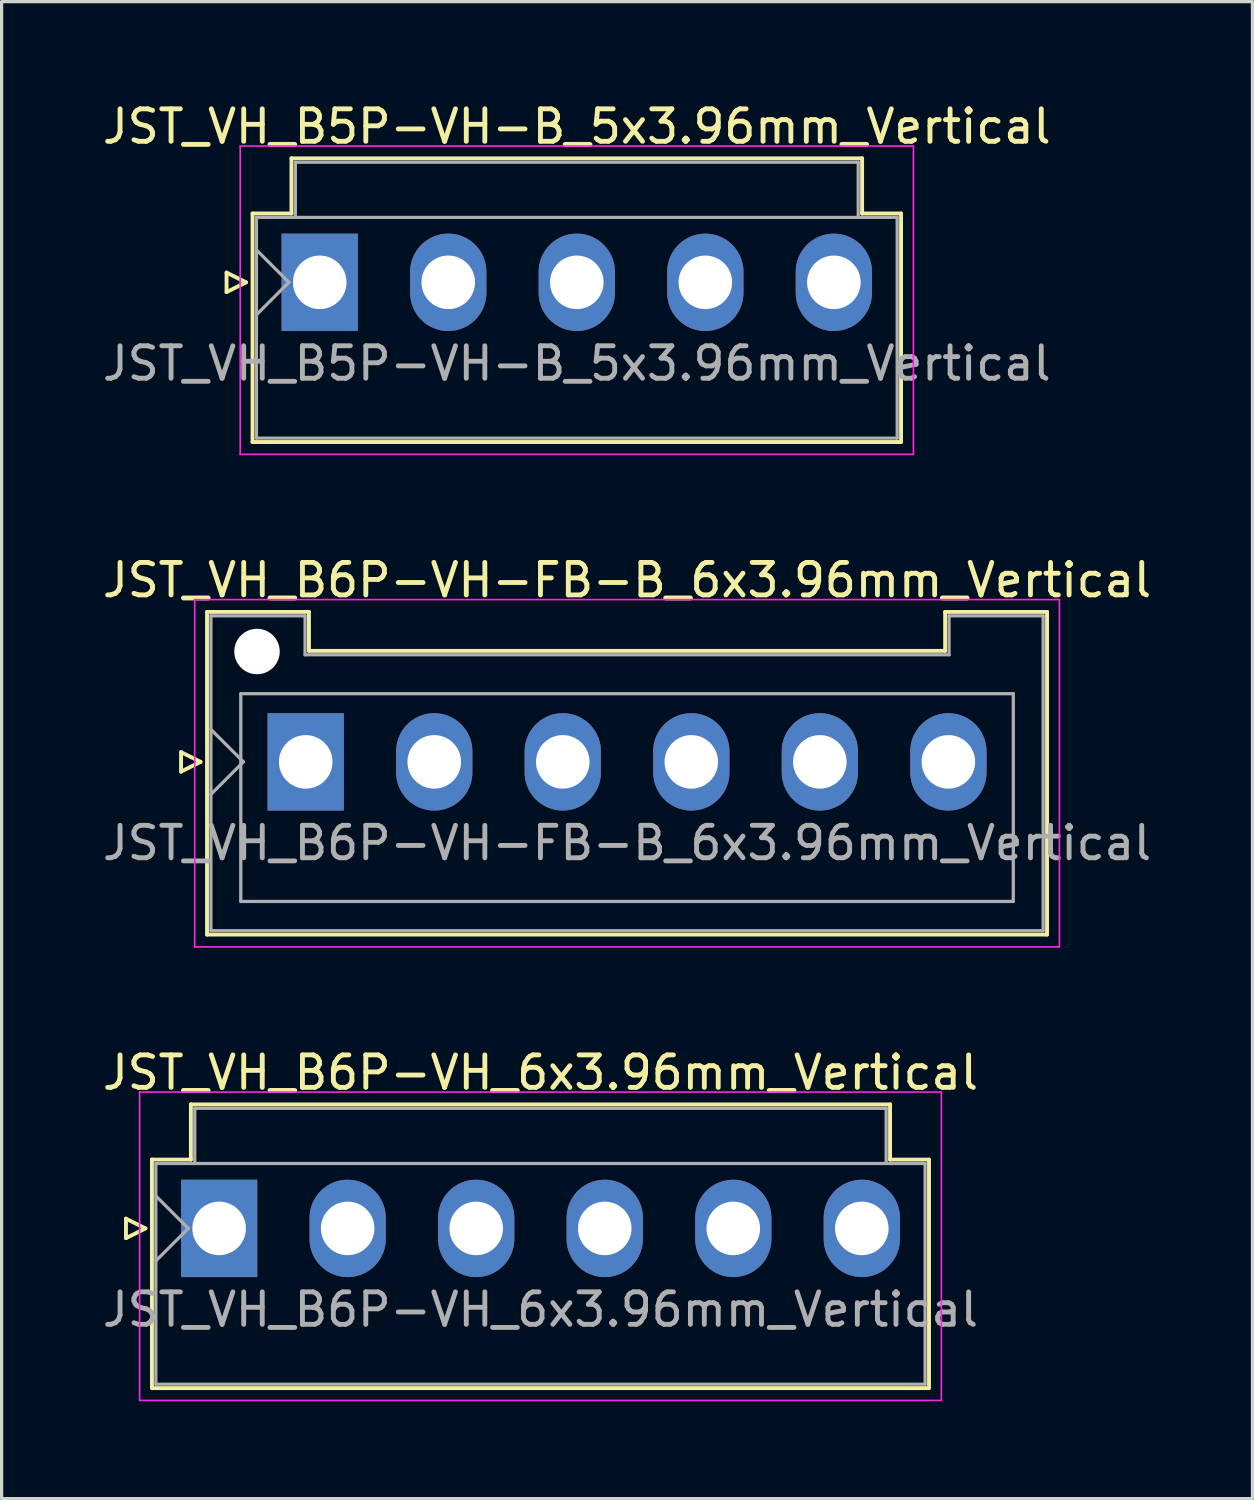
<source format=kicad_pcb>
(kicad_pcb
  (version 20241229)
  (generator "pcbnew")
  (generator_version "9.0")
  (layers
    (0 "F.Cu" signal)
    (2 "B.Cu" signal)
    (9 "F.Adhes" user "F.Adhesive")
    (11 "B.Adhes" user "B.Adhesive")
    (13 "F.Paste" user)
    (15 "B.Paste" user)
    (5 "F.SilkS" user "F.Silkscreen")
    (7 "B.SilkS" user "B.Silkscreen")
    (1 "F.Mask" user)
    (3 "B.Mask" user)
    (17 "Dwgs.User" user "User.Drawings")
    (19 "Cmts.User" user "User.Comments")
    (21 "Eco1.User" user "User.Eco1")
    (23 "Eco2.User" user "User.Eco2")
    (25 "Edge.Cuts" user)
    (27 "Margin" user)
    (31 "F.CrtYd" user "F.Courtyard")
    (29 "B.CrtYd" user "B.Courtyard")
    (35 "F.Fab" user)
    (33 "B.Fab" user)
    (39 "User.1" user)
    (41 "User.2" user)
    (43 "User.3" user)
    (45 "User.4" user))
  (footprint "JST_VH_B5P-VH-B_5x3.96mm_Vertical"
    (layer "F.Cu")
    (at 6.8 5.648)
    (property "Reference" "JST_VH_B5P-VH-B_5x3.96mm_Vertical" (at 7.92 -4.8 0) (layer "F.SilkS") (effects (font (size 1 1) (thickness 0.15))))
    (attr through_hole)
    (fp_line (start -2.87 -0.3) (end -2.27 0) (stroke (width 0.12) (type solid)) (layer "F.SilkS"))
    (fp_line (start -2.87 0.3) (end -2.87 -0.3) (stroke (width 0.12) (type solid)) (layer "F.SilkS"))
    (fp_line (start -2.27 0) (end -2.87 0.3) (stroke (width 0.12) (type solid)) (layer "F.SilkS"))
    (fp_line (start -2.07 -2.12) (end -0.87 -2.12) (stroke (width 0.12) (type solid)) (layer "F.SilkS"))
    (fp_line (start -2.07 4.92) (end -2.07 -2.12) (stroke (width 0.12) (type solid)) (layer "F.SilkS"))
    (fp_line (start -0.87 -3.82) (end 16.71 -3.82) (stroke (width 0.12) (type solid)) (layer "F.SilkS"))
    (fp_line (start -0.87 -2.12) (end -0.87 -3.82) (stroke (width 0.12) (type solid)) (layer "F.SilkS"))
    (fp_line (start 16.71 -3.82) (end 16.71 -2.12) (stroke (width 0.12) (type solid)) (layer "F.SilkS"))
    (fp_line (start 16.71 -2.12) (end 17.91 -2.12) (stroke (width 0.12) (type solid)) (layer "F.SilkS"))
    (fp_line (start 17.91 -2.12) (end 17.91 4.92) (stroke (width 0.12) (type solid)) (layer "F.SilkS"))
    (fp_line (start 17.91 4.92) (end -2.07 4.92) (stroke (width 0.12) (type solid)) (layer "F.SilkS"))
    (fp_line (start -2.45 -4.2) (end -2.45 5.3) (stroke (width 0.05) (type solid)) (layer "F.CrtYd"))
    (fp_line (start -2.45 5.3) (end 18.29 5.3) (stroke (width 0.05) (type solid)) (layer "F.CrtYd"))
    (fp_line (start 18.29 -4.2) (end -2.45 -4.2) (stroke (width 0.05) (type solid)) (layer "F.CrtYd"))
    (fp_line (start 18.29 5.3) (end 18.29 -4.2) (stroke (width 0.05) (type solid)) (layer "F.CrtYd"))
    (fp_line (start -1.95 -2) (end -1.95 4.8) (stroke (width 0.1) (type solid)) (layer "F.Fab"))
    (fp_line (start -1.95 -1) (end -0.95 0) (stroke (width 0.1) (type solid)) (layer "F.Fab"))
    (fp_line (start -1.95 1) (end -0.95 0) (stroke (width 0.1) (type solid)) (layer "F.Fab"))
    (fp_line (start -1.95 4.8) (end 17.79 4.8) (stroke (width 0.1) (type solid)) (layer "F.Fab"))
    (fp_line (start -0.75 -3.7) (end 16.59 -3.7) (stroke (width 0.1) (type solid)) (layer "F.Fab"))
    (fp_line (start -0.75 -2) (end -0.75 -3.7) (stroke (width 0.1) (type solid)) (layer "F.Fab"))
    (fp_line (start 16.59 -3.7) (end 16.59 -2) (stroke (width 0.1) (type solid)) (layer "F.Fab"))
    (fp_line (start 17.79 -2) (end -1.95 -2) (stroke (width 0.1) (type solid)) (layer "F.Fab"))
    (fp_line (start 17.79 4.8) (end 17.79 -2) (stroke (width 0.1) (type solid)) (layer "F.Fab"))
    (fp_text user "${REFERENCE}" (at 7.92 2.5 0) (layer "F.Fab") (effects (font (size 1 1) (thickness 0.15))))
    (pad "1" thru_hole rect (at 0 0) (size 2.35 3) (drill 1.65) (layers "*.Cu" "*.Mask"))
    (pad "2" thru_hole oval (at 3.96 0) (size 2.35 3) (drill 1.65) (layers "*.Cu" "*.Mask"))
    (pad "3" thru_hole oval (at 7.92 0) (size 2.35 3) (drill 1.65) (layers "*.Cu" "*.Mask"))
    (pad "4" thru_hole oval (at 11.88 0) (size 2.35 3) (drill 1.65) (layers "*.Cu" "*.Mask"))
    (pad "5" thru_hole oval (at 15.84 0) (size 2.35 3) (drill 1.65) (layers "*.Cu" "*.Mask")))
  (footprint "JST_VH_B6P-VH-FB-B_6x3.96mm_Vertical"
    (layer "F.Cu")
    (at 6.368 20.422)
    (property "Reference" "JST_VH_B6P-VH-FB-B_6x3.96mm_Vertical" (at 9.9 -5.6 0) (layer "F.SilkS") (effects (font (size 1 1) (thickness 0.15))))
    (attr through_hole)
    (fp_line (start -3.84 -0.3) (end -3.24 0) (stroke (width 0.12) (type solid)) (layer "F.SilkS"))
    (fp_line (start -3.84 0.3) (end -3.84 -0.3) (stroke (width 0.12) (type solid)) (layer "F.SilkS"))
    (fp_line (start -3.24 0) (end -3.84 0.3) (stroke (width 0.12) (type solid)) (layer "F.SilkS"))
    (fp_line (start -3.04 -4.62) (end 0.1 -4.62) (stroke (width 0.12) (type solid)) (layer "F.SilkS"))
    (fp_line (start -3.04 5.32) (end -3.04 -4.62) (stroke (width 0.12) (type solid)) (layer "F.SilkS"))
    (fp_line (start 0.1 -4.62) (end 0.1 -3.42) (stroke (width 0.12) (type solid)) (layer "F.SilkS"))
    (fp_line (start 0.1 -3.42) (end 19.7 -3.42) (stroke (width 0.12) (type solid)) (layer "F.SilkS"))
    (fp_line (start 19.7 -4.62) (end 22.84 -4.62) (stroke (width 0.12) (type solid)) (layer "F.SilkS"))
    (fp_line (start 19.7 -3.42) (end 19.7 -4.62) (stroke (width 0.12) (type solid)) (layer "F.SilkS"))
    (fp_line (start 22.84 -4.62) (end 22.84 5.32) (stroke (width 0.12) (type solid)) (layer "F.SilkS"))
    (fp_line (start 22.84 5.32) (end -3.04 5.32) (stroke (width 0.12) (type solid)) (layer "F.SilkS"))
    (fp_line (start -3.42 -5) (end -3.42 5.7) (stroke (width 0.05) (type solid)) (layer "F.CrtYd"))
    (fp_line (start -3.42 5.7) (end 23.22 5.7) (stroke (width 0.05) (type solid)) (layer "F.CrtYd"))
    (fp_line (start 23.22 -5) (end -3.42 -5) (stroke (width 0.05) (type solid)) (layer "F.CrtYd"))
    (fp_line (start 23.22 5.7) (end 23.22 -5) (stroke (width 0.05) (type solid)) (layer "F.CrtYd"))
    (fp_line (start -2.92 -4.5) (end -0.02 -4.5) (stroke (width 0.1) (type solid)) (layer "F.Fab"))
    (fp_line (start -2.92 -1) (end -1.92 0) (stroke (width 0.1) (type solid)) (layer "F.Fab"))
    (fp_line (start -2.92 1) (end -1.92 0) (stroke (width 0.1) (type solid)) (layer "F.Fab"))
    (fp_line (start -2.92 5.2) (end -2.92 -4.5) (stroke (width 0.1) (type solid)) (layer "F.Fab"))
    (fp_line (start -2 -2.1) (end 21.8 -2.1) (stroke (width 0.1) (type solid)) (layer "F.Fab"))
    (fp_line (start -2 4.3) (end -2 -2.1) (stroke (width 0.1) (type solid)) (layer "F.Fab"))
    (fp_line (start -0.02 -4.5) (end -0.02 -3.3) (stroke (width 0.1) (type solid)) (layer "F.Fab"))
    (fp_line (start -0.02 -3.3) (end 19.82 -3.3) (stroke (width 0.1) (type solid)) (layer "F.Fab"))
    (fp_line (start 19.82 -4.5) (end 22.72 -4.5) (stroke (width 0.1) (type solid)) (layer "F.Fab"))
    (fp_line (start 19.82 -3.3) (end 19.82 -4.5) (stroke (width 0.1) (type solid)) (layer "F.Fab"))
    (fp_line (start 21.8 -2.1) (end 21.8 4.3) (stroke (width 0.1) (type solid)) (layer "F.Fab"))
    (fp_line (start 21.8 4.3) (end -2 4.3) (stroke (width 0.1) (type solid)) (layer "F.Fab"))
    (fp_line (start 22.72 -4.5) (end 22.72 5.2) (stroke (width 0.1) (type solid)) (layer "F.Fab"))
    (fp_line (start 22.72 5.2) (end -2.92 5.2) (stroke (width 0.1) (type solid)) (layer "F.Fab"))
    (fp_text user "${REFERENCE}" (at 9.9 2.5 0) (layer "F.Fab") (effects (font (size 1 1) (thickness 0.15))))
    (pad "" np_thru_hole circle (at -1.5 -3.4) (size 1.4 1.4) (drill 1.4) (layers "*.Cu" "*.Mask"))
    (pad "1" thru_hole rect (at 0 0) (size 2.35 3) (drill 1.65) (layers "*.Cu" "*.Mask"))
    (pad "2" thru_hole oval (at 3.96 0) (size 2.35 3) (drill 1.65) (layers "*.Cu" "*.Mask"))
    (pad "3" thru_hole oval (at 7.92 0) (size 2.35 3) (drill 1.65) (layers "*.Cu" "*.Mask"))
    (pad "4" thru_hole oval (at 11.88 0) (size 2.35 3) (drill 1.65) (layers "*.Cu" "*.Mask"))
    (pad "5" thru_hole oval (at 15.84 0) (size 2.35 3) (drill 1.65) (layers "*.Cu" "*.Mask"))
    (pad "6" thru_hole oval (at 19.8 0) (size 2.35 3) (drill 1.65) (layers "*.Cu" "*.Mask")))
  (footprint "JST_VH_B6P-VH_6x3.96mm_Vertical"
    (layer "F.Cu")
    (at 3.701 34.795)
    (property "Reference" "JST_VH_B6P-VH_6x3.96mm_Vertical" (at 9.9 -4.8 0) (layer "F.SilkS") (effects (font (size 1 1) (thickness 0.15))))
    (attr through_hole)
    (fp_line (start -2.87 -0.3) (end -2.27 0) (stroke (width 0.12) (type solid)) (layer "F.SilkS"))
    (fp_line (start -2.87 0.3) (end -2.87 -0.3) (stroke (width 0.12) (type solid)) (layer "F.SilkS"))
    (fp_line (start -2.27 0) (end -2.87 0.3) (stroke (width 0.12) (type solid)) (layer "F.SilkS"))
    (fp_line (start -2.07 -2.12) (end -0.87 -2.12) (stroke (width 0.12) (type solid)) (layer "F.SilkS"))
    (fp_line (start -2.07 4.92) (end -2.07 -2.12) (stroke (width 0.12) (type solid)) (layer "F.SilkS"))
    (fp_line (start -0.87 -3.82) (end 20.67 -3.82) (stroke (width 0.12) (type solid)) (layer "F.SilkS"))
    (fp_line (start -0.87 -2.12) (end -0.87 -3.82) (stroke (width 0.12) (type solid)) (layer "F.SilkS"))
    (fp_line (start 20.67 -3.82) (end 20.67 -2.12) (stroke (width 0.12) (type solid)) (layer "F.SilkS"))
    (fp_line (start 20.67 -2.12) (end 21.87 -2.12) (stroke (width 0.12) (type solid)) (layer "F.SilkS"))
    (fp_line (start 21.87 -2.12) (end 21.87 4.92) (stroke (width 0.12) (type solid)) (layer "F.SilkS"))
    (fp_line (start 21.87 4.92) (end -2.07 4.92) (stroke (width 0.12) (type solid)) (layer "F.SilkS"))
    (fp_line (start -2.45 -4.2) (end -2.45 5.3) (stroke (width 0.05) (type solid)) (layer "F.CrtYd"))
    (fp_line (start -2.45 5.3) (end 22.25 5.3) (stroke (width 0.05) (type solid)) (layer "F.CrtYd"))
    (fp_line (start 22.25 -4.2) (end -2.45 -4.2) (stroke (width 0.05) (type solid)) (layer "F.CrtYd"))
    (fp_line (start 22.25 5.3) (end 22.25 -4.2) (stroke (width 0.05) (type solid)) (layer "F.CrtYd"))
    (fp_line (start -1.95 -2) (end -1.95 4.8) (stroke (width 0.1) (type solid)) (layer "F.Fab"))
    (fp_line (start -1.95 -1) (end -0.95 0) (stroke (width 0.1) (type solid)) (layer "F.Fab"))
    (fp_line (start -1.95 1) (end -0.95 0) (stroke (width 0.1) (type solid)) (layer "F.Fab"))
    (fp_line (start -1.95 4.8) (end 21.75 4.8) (stroke (width 0.1) (type solid)) (layer "F.Fab"))
    (fp_line (start -0.75 -3.7) (end 20.55 -3.7) (stroke (width 0.1) (type solid)) (layer "F.Fab"))
    (fp_line (start -0.75 -2) (end -0.75 -3.7) (stroke (width 0.1) (type solid)) (layer "F.Fab"))
    (fp_line (start 20.55 -3.7) (end 20.55 -2) (stroke (width 0.1) (type solid)) (layer "F.Fab"))
    (fp_line (start 21.75 -2) (end -1.95 -2) (stroke (width 0.1) (type solid)) (layer "F.Fab"))
    (fp_line (start 21.75 4.8) (end 21.75 -2) (stroke (width 0.1) (type solid)) (layer "F.Fab"))
    (fp_text user "${REFERENCE}" (at 9.9 2.5 0) (layer "F.Fab") (effects (font (size 1 1) (thickness 0.15))))
    (pad "1" thru_hole rect (at 0 0) (size 2.35 3) (drill 1.65) (layers "*.Cu" "*.Mask"))
    (pad "2" thru_hole oval (at 3.96 0) (size 2.35 3) (drill 1.65) (layers "*.Cu" "*.Mask"))
    (pad "3" thru_hole oval (at 7.92 0) (size 2.35 3) (drill 1.65) (layers "*.Cu" "*.Mask"))
    (pad "4" thru_hole oval (at 11.88 0) (size 2.35 3) (drill 1.65) (layers "*.Cu" "*.Mask"))
    (pad "5" thru_hole oval (at 15.84 0) (size 2.35 3) (drill 1.65) (layers "*.Cu" "*.Mask"))
    (pad "6" thru_hole oval (at 19.8 0) (size 2.35 3) (drill 1.65) (layers "*.Cu" "*.Mask")))
  (gr_rect
    (start -3 -3)
    (end 35.536 43.12)
    (stroke (width 0.1) (type default))
    (fill no)
    (layer "Edge.Cuts")))
</source>
